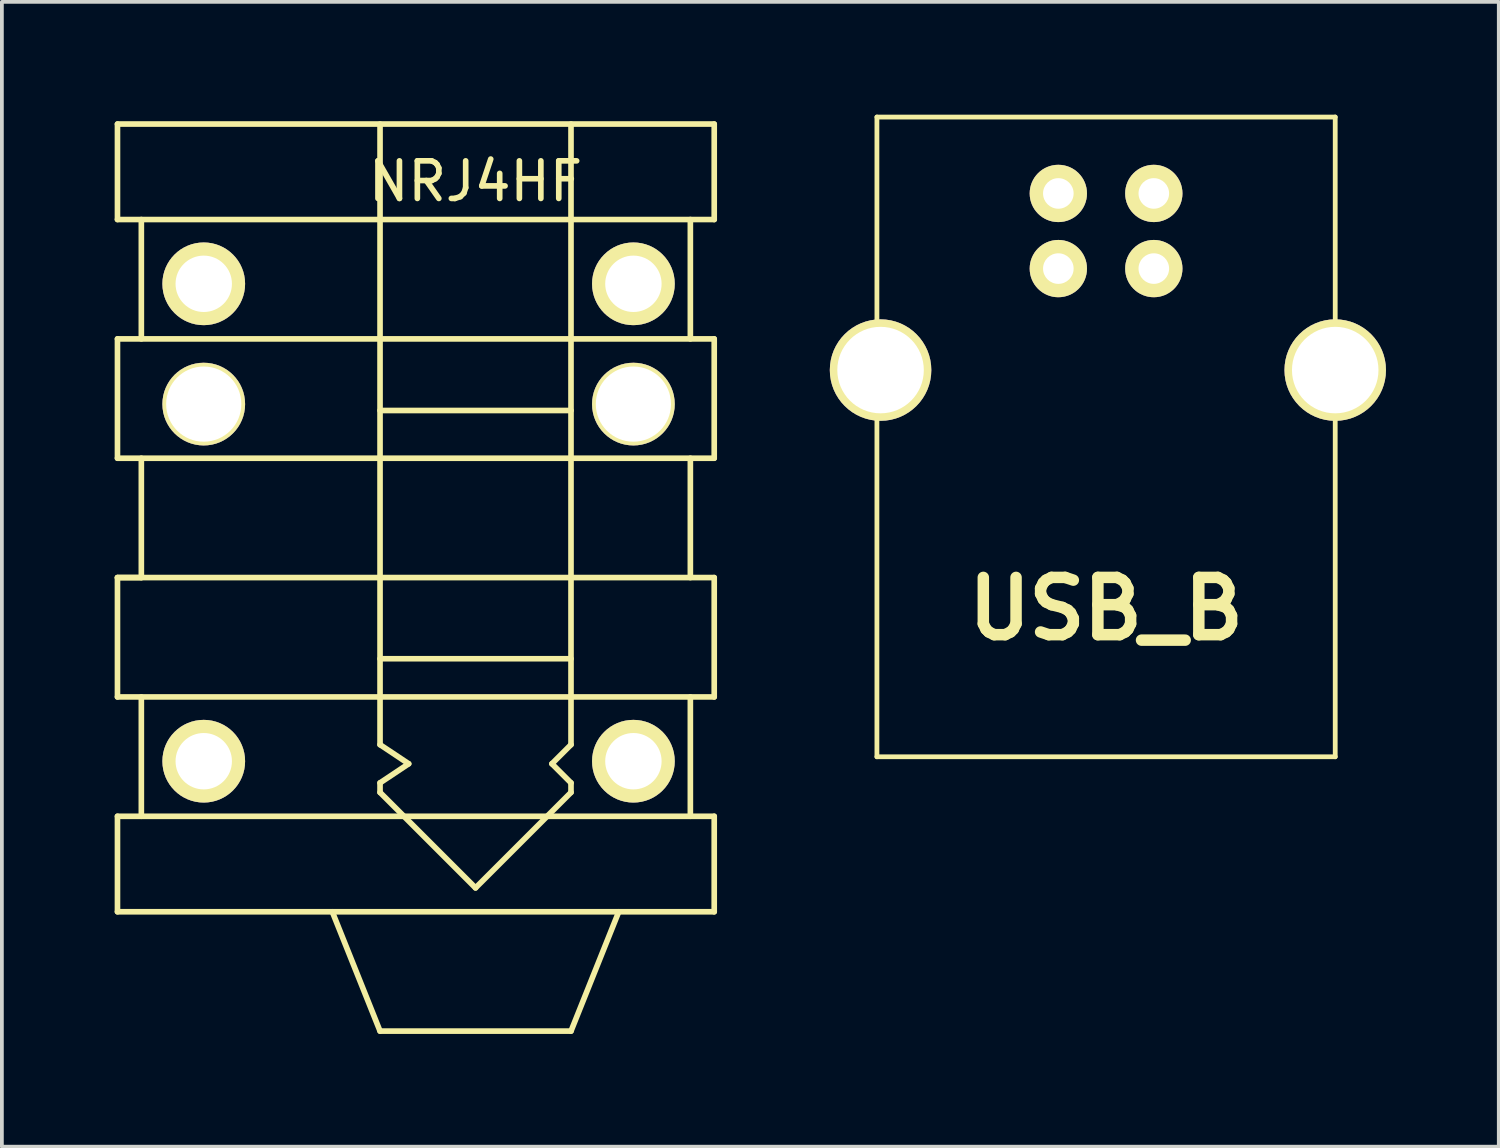
<source format=kicad_pcb>
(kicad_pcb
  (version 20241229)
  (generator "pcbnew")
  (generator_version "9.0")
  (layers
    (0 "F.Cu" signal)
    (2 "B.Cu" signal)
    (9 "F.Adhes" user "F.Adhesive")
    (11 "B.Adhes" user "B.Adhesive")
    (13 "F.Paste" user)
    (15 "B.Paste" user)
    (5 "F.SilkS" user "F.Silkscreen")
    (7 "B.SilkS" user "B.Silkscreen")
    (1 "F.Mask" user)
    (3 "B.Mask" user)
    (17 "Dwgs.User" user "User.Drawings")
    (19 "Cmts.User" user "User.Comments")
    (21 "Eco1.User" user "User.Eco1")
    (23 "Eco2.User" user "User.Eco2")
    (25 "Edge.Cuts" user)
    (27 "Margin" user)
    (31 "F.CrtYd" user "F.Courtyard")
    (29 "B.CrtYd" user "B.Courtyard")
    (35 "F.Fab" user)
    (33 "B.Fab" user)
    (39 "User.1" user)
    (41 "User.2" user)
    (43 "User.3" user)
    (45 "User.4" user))
  (footprint "USB_B"
    (layer "F.Cu")
    (at 26.374 6.795)
    (property "Reference" "USB_B" (at 0 6.35 0) (layer "F.SilkS") (effects (font (size 1.524 1.524) (thickness 0.305))))
    (attr through_hole)
    (fp_line (start -6.096 -6.731) (end -6.096 10.287) (stroke (width 0.127) (type solid)) (layer "F.SilkS"))
    (fp_line (start -6.096 10.287) (end 6.096 10.287) (stroke (width 0.127) (type solid)) (layer "F.SilkS"))
    (fp_line (start 6.096 -6.731) (end -6.096 -6.731) (stroke (width 0.127) (type solid)) (layer "F.SilkS"))
    (fp_line (start 6.096 10.287) (end 6.096 -6.731) (stroke (width 0.127) (type solid)) (layer "F.SilkS"))
    (pad "1" thru_hole circle (at 1.27 -4.699) (size 1.524 1.524) (drill 0.813) (layers "*.Cu" "*.Mask" "F.SilkS"))
    (pad "2" thru_hole circle (at -1.27 -4.699) (size 1.524 1.524) (drill 0.813) (layers "*.Cu" "*.Mask" "F.SilkS"))
    (pad "3" thru_hole circle (at -1.27 -2.7) (size 1.524 1.524) (drill 0.813) (layers "*.Cu" "*.Mask" "F.SilkS"))
    (pad "4" thru_hole circle (at 1.27 -2.7) (size 1.524 1.524) (drill 0.813) (layers "*.Cu" "*.Mask" "F.SilkS"))
    (pad "5" thru_hole circle (at 6.096 0) (size 2.7 2.7) (drill 2.301) (layers "*.Cu" "*.Mask" "F.SilkS"))
    (pad "6" thru_hole circle (at -5.999 0) (size 2.7 2.7) (drill 2.301) (layers "*.Cu" "*.Mask" "F.SilkS")))
  (footprint "NRJ4HF"
    (layer "F.Cu")
    (at 9.6 0.25)
    (property "Reference" "NRJ4HF" (at 0 1.524 0) (layer "F.SilkS") (effects (font (size 1 1) (thickness 0.15))))
    (attr through_hole)
    (fp_line (start -9.525 0) (end -9.525 2.54) (stroke (width 0.15) (type solid)) (layer "F.SilkS"))
    (fp_line (start -9.525 0) (end 6.35 0) (stroke (width 0.15) (type solid)) (layer "F.SilkS"))
    (fp_line (start -9.525 2.54) (end 6.35 2.54) (stroke (width 0.15) (type solid)) (layer "F.SilkS"))
    (fp_line (start -9.525 5.715) (end -9.525 8.89) (stroke (width 0.15) (type solid)) (layer "F.SilkS"))
    (fp_line (start -9.525 5.715) (end 6.35 5.715) (stroke (width 0.15) (type solid)) (layer "F.SilkS"))
    (fp_line (start -9.525 8.89) (end 6.35 8.89) (stroke (width 0.15) (type solid)) (layer "F.SilkS"))
    (fp_line (start -9.525 12.065) (end -9.525 15.24) (stroke (width 0.15) (type solid)) (layer "F.SilkS"))
    (fp_line (start -9.525 12.065) (end 6.35 12.065) (stroke (width 0.15) (type solid)) (layer "F.SilkS"))
    (fp_line (start -9.525 15.24) (end 6.35 15.24) (stroke (width 0.15) (type solid)) (layer "F.SilkS"))
    (fp_line (start -9.525 18.415) (end -9.525 20.955) (stroke (width 0.15) (type solid)) (layer "F.SilkS"))
    (fp_line (start -9.525 18.415) (end 6.35 18.415) (stroke (width 0.15) (type solid)) (layer "F.SilkS"))
    (fp_line (start -8.89 2.54) (end -8.89 5.715) (stroke (width 0.15) (type solid)) (layer "F.SilkS"))
    (fp_line (start -8.89 8.89) (end -8.89 12.065) (stroke (width 0.15) (type solid)) (layer "F.SilkS"))
    (fp_line (start -8.89 12.065) (end -9.525 12.065) (stroke (width 0.15) (type solid)) (layer "F.SilkS"))
    (fp_line (start -8.89 15.24) (end -8.89 18.415) (stroke (width 0.15) (type solid)) (layer "F.SilkS"))
    (fp_line (start -2.54 0) (end -2.54 16.51) (stroke (width 0.15) (type solid)) (layer "F.SilkS"))
    (fp_line (start -2.54 7.62) (end 2.54 7.62) (stroke (width 0.15) (type solid)) (layer "F.SilkS"))
    (fp_line (start -2.54 14.224) (end 2.54 14.224) (stroke (width 0.15) (type solid)) (layer "F.SilkS"))
    (fp_line (start -2.54 16.51) (end -1.778 17.018) (stroke (width 0.15) (type solid)) (layer "F.SilkS"))
    (fp_line (start -2.54 17.78) (end -2.54 17.526) (stroke (width 0.15) (type solid)) (layer "F.SilkS"))
    (fp_line (start -2.54 17.78) (end 0 20.32) (stroke (width 0.15) (type solid)) (layer "F.SilkS"))
    (fp_line (start -2.54 24.13) (end -3.81 20.955) (stroke (width 0.15) (type solid)) (layer "F.SilkS"))
    (fp_line (start -2.54 24.13) (end 2.54 24.13) (stroke (width 0.15) (type solid)) (layer "F.SilkS"))
    (fp_line (start -1.778 17.018) (end -2.54 17.526) (stroke (width 0.15) (type solid)) (layer "F.SilkS"))
    (fp_line (start 0 20.32) (end 2.54 17.78) (stroke (width 0.15) (type solid)) (layer "F.SilkS"))
    (fp_line (start 2.032 17.018) (end 2.54 17.526) (stroke (width 0.15) (type solid)) (layer "F.SilkS"))
    (fp_line (start 2.54 16.51) (end 2.032 17.018) (stroke (width 0.15) (type solid)) (layer "F.SilkS"))
    (fp_line (start 2.54 16.51) (end 2.54 0) (stroke (width 0.15) (type solid)) (layer "F.SilkS"))
    (fp_line (start 2.54 17.78) (end 2.54 17.526) (stroke (width 0.15) (type solid)) (layer "F.SilkS"))
    (fp_line (start 2.54 24.13) (end 3.81 20.955) (stroke (width 0.15) (type solid)) (layer "F.SilkS"))
    (fp_line (start 5.715 5.715) (end 5.715 2.54) (stroke (width 0.15) (type solid)) (layer "F.SilkS"))
    (fp_line (start 5.715 12.065) (end 5.715 8.89) (stroke (width 0.15) (type solid)) (layer "F.SilkS"))
    (fp_line (start 5.715 18.415) (end 5.715 15.24) (stroke (width 0.15) (type solid)) (layer "F.SilkS"))
    (fp_line (start 6.35 2.54) (end 6.35 0) (stroke (width 0.15) (type solid)) (layer "F.SilkS"))
    (fp_line (start 6.35 8.89) (end 6.35 5.715) (stroke (width 0.15) (type solid)) (layer "F.SilkS"))
    (fp_line (start 6.35 15.24) (end 6.35 12.065) (stroke (width 0.15) (type solid)) (layer "F.SilkS"))
    (fp_line (start 6.35 20.955) (end -9.525 20.955) (stroke (width 0.15) (type solid)) (layer "F.SilkS"))
    (fp_line (start 6.35 20.955) (end 6.35 18.415) (stroke (width 0.15) (type solid)) (layer "F.SilkS"))
    (pad "" np_thru_hole circle (at -7.23 7.45) (size 2.2 2.2) (drill 2) (layers "*.Cu" "*.Mask" "F.SilkS"))
    (pad "" np_thru_hole circle (at 4.2 7.45) (size 2.2 2.2) (drill 2) (layers "*.Cu" "*.Mask" "F.SilkS"))
    (pad "1" thru_hole circle (at -7.23 16.95) (size 2.2 2.2) (drill 1.5) (layers "*.Cu" "*.Mask" "F.SilkS"))
    (pad "2" thru_hole circle (at 4.2 16.95) (size 2.2 2.2) (drill 1.5) (layers "*.Cu" "*.Mask" "F.SilkS"))
    (pad "3" thru_hole circle (at -7.23 4.25) (size 2.2 2.2) (drill 1.5) (layers "*.Cu" "*.Mask" "F.SilkS"))
    (pad "3" thru_hole circle (at 4.2 4.25) (size 2.2 2.2) (drill 1.5) (layers "*.Cu" "*.Mask" "F.SilkS")))
  (gr_rect
    (start -3 -3)
    (end 36.821 27.455)
    (stroke (width 0.1) (type default))
    (fill no)
    (layer "Edge.Cuts")))
</source>
